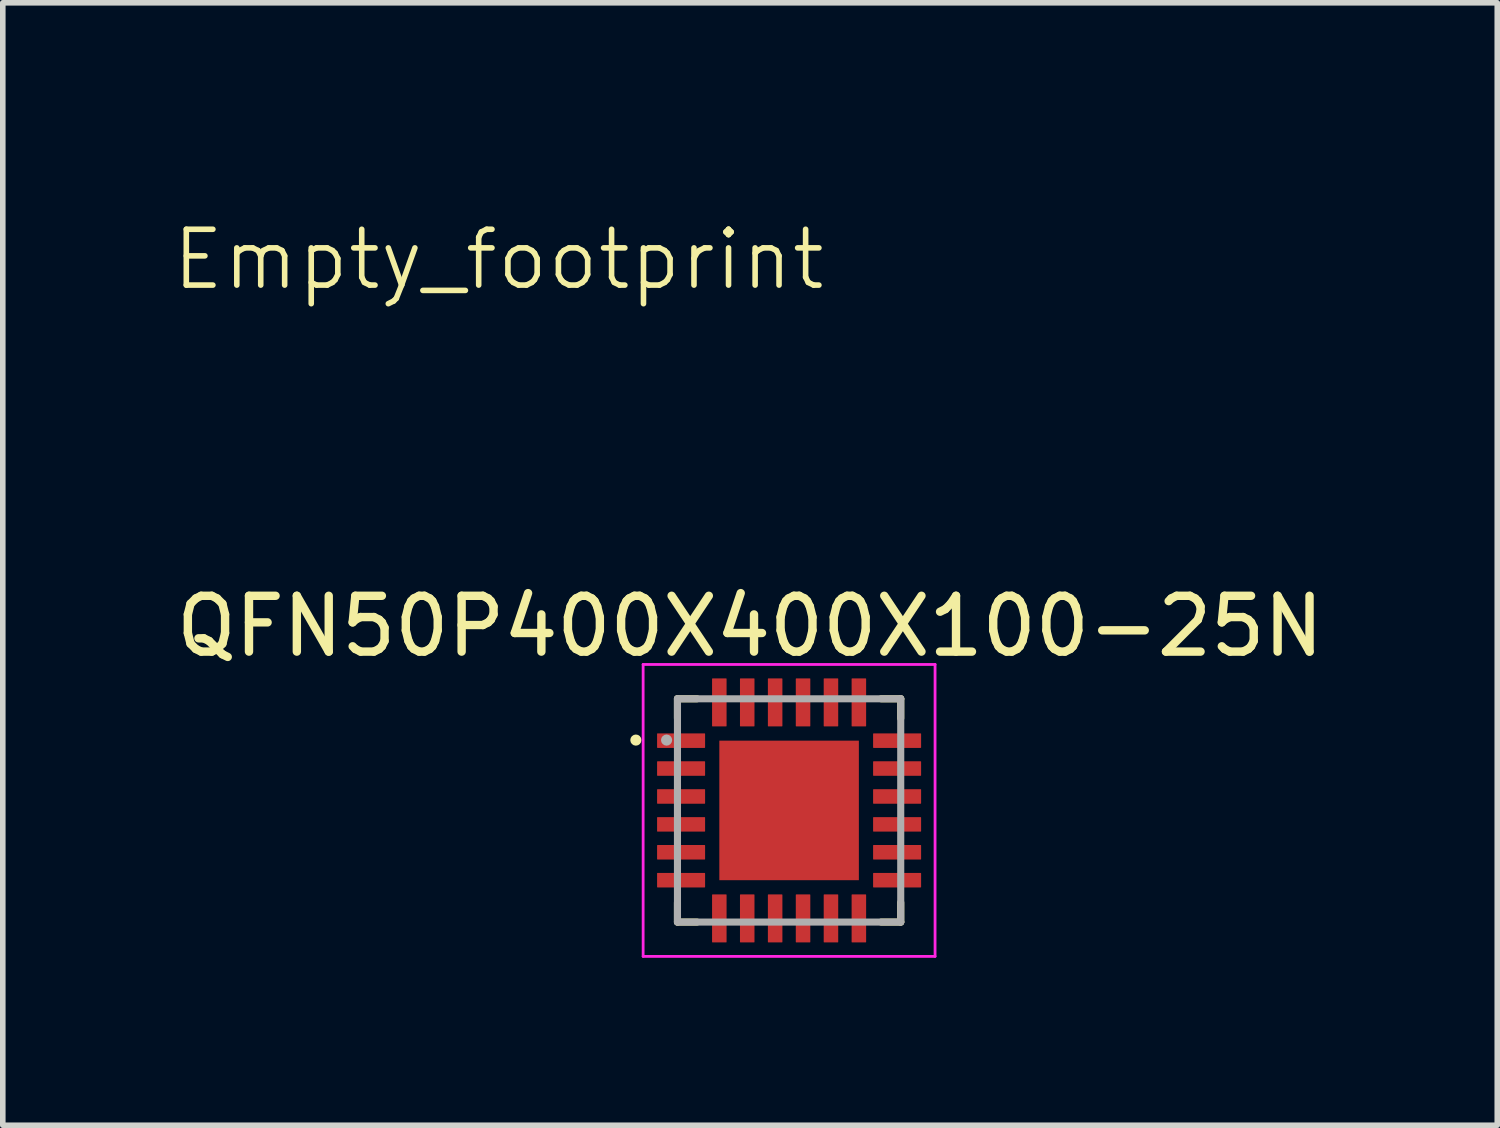
<source format=kicad_pcb>
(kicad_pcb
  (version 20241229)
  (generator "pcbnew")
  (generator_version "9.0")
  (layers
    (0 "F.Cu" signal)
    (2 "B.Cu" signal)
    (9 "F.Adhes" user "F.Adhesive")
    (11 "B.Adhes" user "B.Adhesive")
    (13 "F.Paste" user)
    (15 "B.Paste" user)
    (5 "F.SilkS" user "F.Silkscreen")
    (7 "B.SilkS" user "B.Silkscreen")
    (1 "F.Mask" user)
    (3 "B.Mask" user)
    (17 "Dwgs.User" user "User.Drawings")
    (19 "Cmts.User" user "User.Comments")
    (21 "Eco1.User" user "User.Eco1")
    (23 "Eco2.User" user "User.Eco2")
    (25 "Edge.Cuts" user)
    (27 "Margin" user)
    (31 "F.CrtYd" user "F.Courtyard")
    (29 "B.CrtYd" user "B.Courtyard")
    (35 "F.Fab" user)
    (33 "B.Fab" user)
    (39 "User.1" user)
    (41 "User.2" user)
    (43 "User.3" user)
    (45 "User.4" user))
  (footprint "Empty_footprint"
    (layer "F.Cu")
    (at 5.883 2.1)
    (property "Reference" "Empty_footprint" (at 0 -0.5 0) (unlocked yes) (layer "F.SilkS") (effects (font (size 1 1) (thickness 0.1))))
    (attr through_hole)
    (fp_text user "This is a" (at -3.4 -0.8 0) (unlocked yes) (layer "User.4") (effects (font (size 1 1) (thickness 0.1)) (justify left bottom)))
    (fp_text user "empty footprint" (at -5.6 2 0) (unlocked yes) (layer "User.4") (effects (font (size 1 1) (thickness 0.1)) (justify left bottom)))
    (fp_text user "placeholder" (at -4.4 0.6 0) (unlocked yes) (layer "User.4") (effects (font (size 1 1) (thickness 0.1)) (justify left bottom))))
  (footprint "QFN50P400X400X100-25N"
    (layer "F.Cu")
    (at 11.087 11.469)
    (property "Reference" "QFN50P400X400X100-25N" (at -0.7 -3.3 0) (layer "F.SilkS") (effects (font (size 1 1) (thickness 0.15))))
    (attr smd)
    (fp_line (start -2 -2) (end -2 -1.65) (stroke (width 0.127) (type solid)) (layer "F.SilkS"))
    (fp_line (start -2 -2) (end -1.65 -2) (stroke (width 0.127) (type solid)) (layer "F.SilkS"))
    (fp_line (start -2 2) (end -2 1.65) (stroke (width 0.127) (type solid)) (layer "F.SilkS"))
    (fp_line (start -2 2) (end -1.65 2) (stroke (width 0.127) (type solid)) (layer "F.SilkS"))
    (fp_line (start 2 -2) (end 1.65 -2) (stroke (width 0.127) (type solid)) (layer "F.SilkS"))
    (fp_line (start 2 -2) (end 2 -1.65) (stroke (width 0.127) (type solid)) (layer "F.SilkS"))
    (fp_line (start 2 2) (end 1.65 2) (stroke (width 0.127) (type solid)) (layer "F.SilkS"))
    (fp_line (start 2 2) (end 2 1.65) (stroke (width 0.127) (type solid)) (layer "F.SilkS"))
    (fp_circle (center -2.745 -1.26) (end -2.695 -1.26) (stroke (width 0.1) (type solid)) (fill no) (layer "F.SilkS"))
    (fp_poly (pts (xy -1.092 0.17) (xy -0.17 0.17) (xy -0.17 1.092) (xy -1.092 1.092)) (stroke (width 0.01) (type solid)) (fill yes) (layer "F.Paste"))
    (fp_poly (pts (xy -1.091 -1.09) (xy -0.17 -1.09) (xy -0.17 -0.17) (xy -1.091 -0.17)) (stroke (width 0.01) (type solid)) (fill yes) (layer "F.Paste"))
    (fp_poly (pts (xy 0.17 0.17) (xy 1.09 0.17) (xy 1.09 1.09) (xy 0.17 1.09)) (stroke (width 0.01) (type solid)) (fill yes) (layer "F.Paste"))
    (fp_poly (pts (xy 0.17 -1.09) (xy 1.09 -1.09) (xy 1.09 -0.17) (xy 0.17 -0.17)) (stroke (width 0.01) (type solid)) (fill yes) (layer "F.Paste"))
    (fp_line (start -2.615 -2.615) (end 2.615 -2.615) (stroke (width 0.05) (type solid)) (layer "F.CrtYd"))
    (fp_line (start -2.615 2.615) (end -2.615 -2.615) (stroke (width 0.05) (type solid)) (layer "F.CrtYd"))
    (fp_line (start -2.615 2.615) (end 2.615 2.615) (stroke (width 0.05) (type solid)) (layer "F.CrtYd"))
    (fp_line (start 2.615 2.615) (end 2.615 -2.615) (stroke (width 0.05) (type solid)) (layer "F.CrtYd"))
    (fp_line (start -2 2) (end -2 -2) (stroke (width 0.127) (type solid)) (layer "F.Fab"))
    (fp_line (start 2 -2) (end -2 -2) (stroke (width 0.127) (type solid)) (layer "F.Fab"))
    (fp_line (start 2 2) (end -2 2) (stroke (width 0.127) (type solid)) (layer "F.Fab"))
    (fp_line (start 2 2) (end 2 -2) (stroke (width 0.127) (type solid)) (layer "F.Fab"))
    (fp_circle (center -2.195 -1.26) (end -2.145 -1.26) (stroke (width 0.1) (type solid)) (fill no) (layer "F.Fab"))
    (pad "1" smd roundrect (at -1.935 -1.25) (size 0.86 0.26) (layers "F.Cu" "F.Mask" "F.Paste") (roundrect_rratio 0.035))
    (pad "2" smd roundrect (at -1.935 -0.75) (size 0.86 0.26) (layers "F.Cu" "F.Mask" "F.Paste") (roundrect_rratio 0.035))
    (pad "3" smd roundrect (at -1.935 -0.25) (size 0.86 0.26) (layers "F.Cu" "F.Mask" "F.Paste") (roundrect_rratio 0.035))
    (pad "4" smd roundrect (at -1.935 0.25) (size 0.86 0.26) (layers "F.Cu" "F.Mask" "F.Paste") (roundrect_rratio 0.035))
    (pad "5" smd roundrect (at -1.935 0.75) (size 0.86 0.26) (layers "F.Cu" "F.Mask" "F.Paste") (roundrect_rratio 0.035))
    (pad "6" smd roundrect (at -1.935 1.25) (size 0.86 0.26) (layers "F.Cu" "F.Mask" "F.Paste") (roundrect_rratio 0.035))
    (pad "7" smd roundrect (at -1.25 1.935) (size 0.26 0.86) (layers "F.Cu" "F.Mask" "F.Paste") (roundrect_rratio 0.035))
    (pad "8" smd roundrect (at -0.75 1.935) (size 0.26 0.86) (layers "F.Cu" "F.Mask" "F.Paste") (roundrect_rratio 0.035))
    (pad "9" smd roundrect (at -0.25 1.935) (size 0.26 0.86) (layers "F.Cu" "F.Mask" "F.Paste") (roundrect_rratio 0.035))
    (pad "10" smd roundrect (at 0.25 1.935) (size 0.26 0.86) (layers "F.Cu" "F.Mask" "F.Paste") (roundrect_rratio 0.035))
    (pad "11" smd roundrect (at 0.75 1.935) (size 0.26 0.86) (layers "F.Cu" "F.Mask" "F.Paste") (roundrect_rratio 0.035))
    (pad "12" smd roundrect (at 1.25 1.935) (size 0.26 0.86) (layers "F.Cu" "F.Mask" "F.Paste") (roundrect_rratio 0.035))
    (pad "13" smd roundrect (at 1.935 1.25) (size 0.86 0.26) (layers "F.Cu" "F.Mask" "F.Paste") (roundrect_rratio 0.035))
    (pad "14" smd roundrect (at 1.935 0.75) (size 0.86 0.26) (layers "F.Cu" "F.Mask" "F.Paste") (roundrect_rratio 0.035))
    (pad "15" smd roundrect (at 1.935 0.25) (size 0.86 0.26) (layers "F.Cu" "F.Mask" "F.Paste") (roundrect_rratio 0.035))
    (pad "16" smd roundrect (at 1.935 -0.25) (size 0.86 0.26) (layers "F.Cu" "F.Mask" "F.Paste") (roundrect_rratio 0.035))
    (pad "17" smd roundrect (at 1.935 -0.75) (size 0.86 0.26) (layers "F.Cu" "F.Mask" "F.Paste") (roundrect_rratio 0.035))
    (pad "18" smd roundrect (at 1.935 -1.25) (size 0.86 0.26) (layers "F.Cu" "F.Mask" "F.Paste") (roundrect_rratio 0.035))
    (pad "19" smd roundrect (at 1.25 -1.935) (size 0.26 0.86) (layers "F.Cu" "F.Mask" "F.Paste") (roundrect_rratio 0.035))
    (pad "20" smd roundrect (at 0.75 -1.935) (size 0.26 0.86) (layers "F.Cu" "F.Mask" "F.Paste") (roundrect_rratio 0.035))
    (pad "21" smd roundrect (at 0.25 -1.935) (size 0.26 0.86) (layers "F.Cu" "F.Mask" "F.Paste") (roundrect_rratio 0.035))
    (pad "22" smd roundrect (at -0.25 -1.935) (size 0.26 0.86) (layers "F.Cu" "F.Mask" "F.Paste") (roundrect_rratio 0.035))
    (pad "23" smd roundrect (at -0.75 -1.935) (size 0.26 0.86) (layers "F.Cu" "F.Mask" "F.Paste") (roundrect_rratio 0.035))
    (pad "24" smd roundrect (at -1.25 -1.935) (size 0.26 0.86) (layers "F.Cu" "F.Mask" "F.Paste") (roundrect_rratio 0.035))
    (pad "25" smd rect (at 0 0) (size 2.5 2.5) (layers "F.Cu" "F.Mask")))
  (gr_rect
    (start -3 -3)
    (end 23.774 17.109)
    (stroke (width 0.1) (type default))
    (fill no)
    (layer "Edge.Cuts")))
</source>
